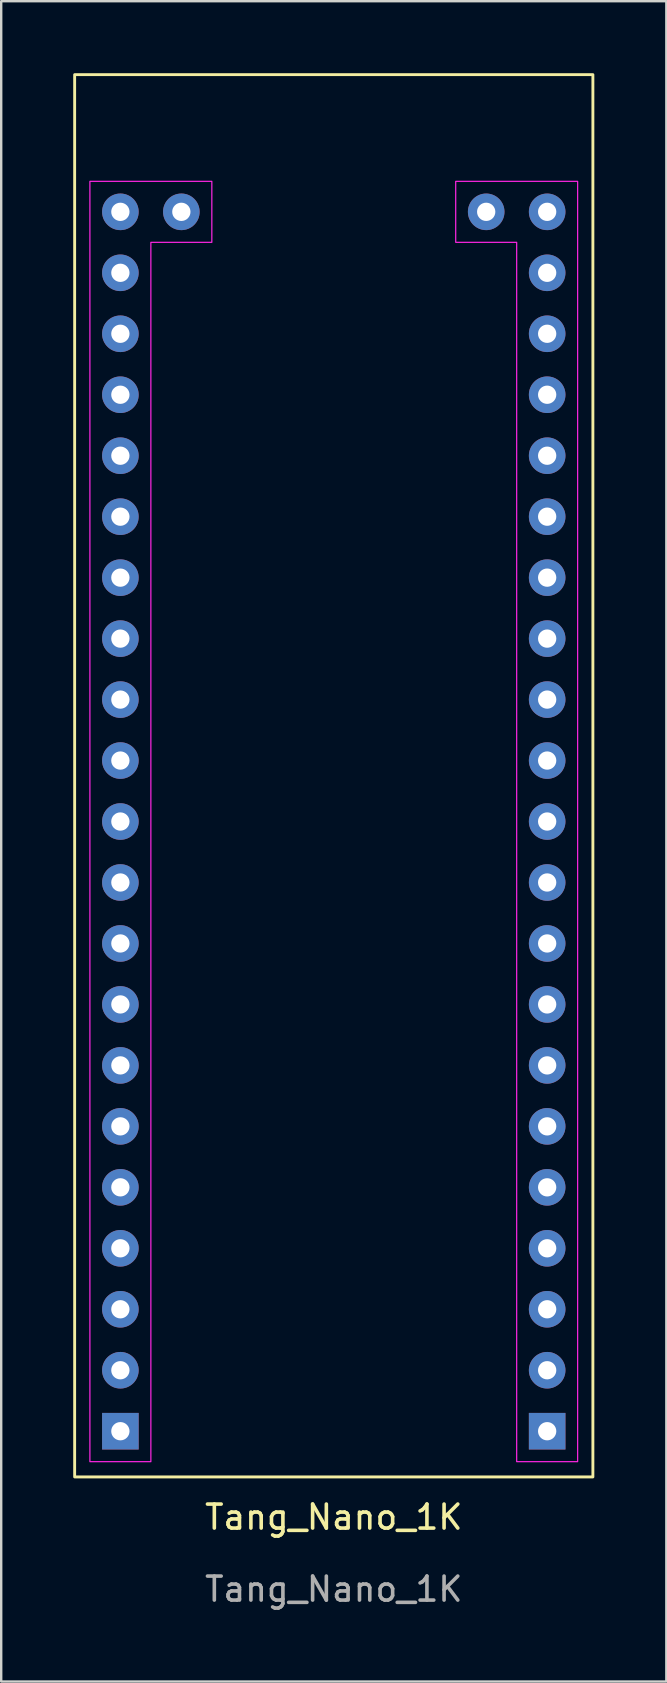
<source format=kicad_pcb>
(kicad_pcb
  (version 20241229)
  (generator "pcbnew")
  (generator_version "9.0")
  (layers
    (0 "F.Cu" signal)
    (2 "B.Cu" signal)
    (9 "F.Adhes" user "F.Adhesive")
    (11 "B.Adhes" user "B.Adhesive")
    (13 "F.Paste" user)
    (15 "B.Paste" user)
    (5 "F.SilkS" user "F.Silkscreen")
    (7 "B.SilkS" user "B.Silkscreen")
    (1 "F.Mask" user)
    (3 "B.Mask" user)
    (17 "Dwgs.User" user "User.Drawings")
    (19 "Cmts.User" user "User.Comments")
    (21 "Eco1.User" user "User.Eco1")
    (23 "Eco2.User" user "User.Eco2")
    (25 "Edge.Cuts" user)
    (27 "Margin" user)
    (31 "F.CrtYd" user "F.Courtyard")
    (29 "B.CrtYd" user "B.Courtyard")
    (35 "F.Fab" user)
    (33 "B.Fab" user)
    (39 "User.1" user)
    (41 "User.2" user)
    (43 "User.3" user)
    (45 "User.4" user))
  (footprint "Tang_Nano_1K"
    (layer "F.Cu")
    (at 1.965 56.575)
    (property "Reference" "Tang_Nano_1K" (at 8.89 3.58 0) (unlocked yes) (layer "F.SilkS") (effects (font (size 1 1) (thickness 0.15))))
    (attr through_hole)
    (fp_rect (start -1.905 -56.515) (end 19.685 1.905) (stroke (width 0.12) (type default)) (fill no) (layer "F.SilkS"))
    (fp_poly (pts (xy -1.27 1.27) (xy -1.27 -52.07) (xy 3.81 -52.07) (xy 3.81 -49.53) (xy 1.27 -49.53) (xy 1.27 1.27)) (stroke (width 0.05) (type solid)) (fill no) (layer "F.CrtYd"))
    (fp_poly (pts (xy 16.51 1.27) (xy 19.05 1.27) (xy 19.05 -52.07) (xy 13.97 -52.07) (xy 13.97 -49.53) (xy 16.51 -49.53)) (stroke (width 0.05) (type solid)) (fill no) (layer "F.CrtYd"))
    (fp_text user "${REFERENCE}" (at 8.89 6.58 0) (unlocked yes) (layer "F.Fab") (effects (font (size 1 1) (thickness 0.15))))
    (pad "1" thru_hole rect (at 0 0) (size 1.524 1.524) (drill 0.762) (layers "*.Cu" "*.Mask"))
    (pad "2" thru_hole circle (at 0 -2.54) (size 1.524 1.524) (drill 0.762) (layers "*.Cu" "*.Mask"))
    (pad "3" thru_hole circle (at 0 -5.08) (size 1.524 1.524) (drill 0.762) (layers "*.Cu" "*.Mask"))
    (pad "4" thru_hole circle (at 0 -7.62) (size 1.524 1.524) (drill 0.762) (layers "*.Cu" "*.Mask"))
    (pad "5" thru_hole circle (at 0 -10.16) (size 1.524 1.524) (drill 0.762) (layers "*.Cu" "*.Mask"))
    (pad "6" thru_hole circle (at 0 -12.7) (size 1.524 1.524) (drill 0.762) (layers "*.Cu" "*.Mask"))
    (pad "7" thru_hole circle (at 0 -15.24) (size 1.524 1.524) (drill 0.762) (layers "*.Cu" "*.Mask"))
    (pad "8" thru_hole circle (at 0 -17.78) (size 1.524 1.524) (drill 0.762) (layers "*.Cu" "*.Mask"))
    (pad "9" thru_hole circle (at 0 -20.32) (size 1.524 1.524) (drill 0.762) (layers "*.Cu" "*.Mask"))
    (pad "10" thru_hole circle (at 0 -22.86) (size 1.524 1.524) (drill 0.762) (layers "*.Cu" "*.Mask"))
    (pad "11" thru_hole circle (at 0 -25.4) (size 1.524 1.524) (drill 0.762) (layers "*.Cu" "*.Mask"))
    (pad "12" thru_hole circle (at 0 -27.94) (size 1.524 1.524) (drill 0.762) (layers "*.Cu" "*.Mask"))
    (pad "13" thru_hole circle (at 0 -30.48) (size 1.524 1.524) (drill 0.762) (layers "*.Cu" "*.Mask"))
    (pad "14" thru_hole circle (at 0 -33.02) (size 1.524 1.524) (drill 0.762) (layers "*.Cu" "*.Mask"))
    (pad "15" thru_hole circle (at 0 -35.56) (size 1.524 1.524) (drill 0.762) (layers "*.Cu" "*.Mask"))
    (pad "16" thru_hole circle (at 0 -38.1) (size 1.524 1.524) (drill 0.762) (layers "*.Cu" "*.Mask"))
    (pad "17" thru_hole circle (at 0 -40.64) (size 1.524 1.524) (drill 0.762) (layers "*.Cu" "*.Mask"))
    (pad "18" thru_hole circle (at 0 -43.18) (size 1.524 1.524) (drill 0.762) (layers "*.Cu" "*.Mask"))
    (pad "19" thru_hole circle (at 0 -45.72) (size 1.524 1.524) (drill 0.762) (layers "*.Cu" "*.Mask"))
    (pad "20" thru_hole circle (at 0 -48.26) (size 1.524 1.524) (drill 0.762) (layers "*.Cu" "*.Mask"))
    (pad "21" thru_hole circle (at 0 -50.8) (size 1.524 1.524) (drill 0.762) (layers "*.Cu" "*.Mask"))
    (pad "22" thru_hole circle (at 2.54 -50.8) (size 1.524 1.524) (drill 0.762) (layers "*.Cu" "*.Mask"))
    (pad "23" thru_hole circle (at 15.24 -50.8) (size 1.524 1.524) (drill 0.762) (layers "*.Cu" "*.Mask"))
    (pad "24" thru_hole circle (at 17.78 -50.8) (size 1.524 1.524) (drill 0.762) (layers "*.Cu" "*.Mask"))
    (pad "25" thru_hole circle (at 17.78 -48.26) (size 1.524 1.524) (drill 0.762) (layers "*.Cu" "*.Mask"))
    (pad "26" thru_hole circle (at 17.78 -45.72) (size 1.524 1.524) (drill 0.762) (layers "*.Cu" "*.Mask"))
    (pad "27" thru_hole circle (at 17.78 -43.18) (size 1.524 1.524) (drill 0.762) (layers "*.Cu" "*.Mask"))
    (pad "28" thru_hole circle (at 17.78 -40.64) (size 1.524 1.524) (drill 0.762) (layers "*.Cu" "*.Mask"))
    (pad "29" thru_hole circle (at 17.78 -38.1) (size 1.524 1.524) (drill 0.762) (layers "*.Cu" "*.Mask"))
    (pad "30" thru_hole circle (at 17.78 -35.56) (size 1.524 1.524) (drill 0.762) (layers "*.Cu" "*.Mask"))
    (pad "31" thru_hole circle (at 17.78 -33.02) (size 1.524 1.524) (drill 0.762) (layers "*.Cu" "*.Mask"))
    (pad "32" thru_hole circle (at 17.78 -30.48) (size 1.524 1.524) (drill 0.762) (layers "*.Cu" "*.Mask"))
    (pad "33" thru_hole circle (at 17.78 -27.94) (size 1.524 1.524) (drill 0.762) (layers "*.Cu" "*.Mask"))
    (pad "34" thru_hole circle (at 17.78 -25.4) (size 1.524 1.524) (drill 0.762) (layers "*.Cu" "*.Mask"))
    (pad "35" thru_hole circle (at 17.78 -22.86) (size 1.524 1.524) (drill 0.762) (layers "*.Cu" "*.Mask"))
    (pad "36" thru_hole circle (at 17.78 -20.32) (size 1.524 1.524) (drill 0.762) (layers "*.Cu" "*.Mask"))
    (pad "37" thru_hole circle (at 17.78 -17.78) (size 1.524 1.524) (drill 0.762) (layers "*.Cu" "*.Mask"))
    (pad "38" thru_hole circle (at 17.78 -15.24) (size 1.524 1.524) (drill 0.762) (layers "*.Cu" "*.Mask"))
    (pad "39" thru_hole circle (at 17.78 -12.7) (size 1.524 1.524) (drill 0.762) (layers "*.Cu" "*.Mask"))
    (pad "40" thru_hole circle (at 17.78 -10.16) (size 1.524 1.524) (drill 0.762) (layers "*.Cu" "*.Mask"))
    (pad "41" thru_hole circle (at 17.78 -7.62) (size 1.524 1.524) (drill 0.762) (layers "*.Cu" "*.Mask"))
    (pad "42" thru_hole circle (at 17.78 -5.08) (size 1.524 1.524) (drill 0.762) (layers "*.Cu" "*.Mask"))
    (pad "43" thru_hole circle (at 17.78 -2.54) (size 1.524 1.524) (drill 0.762) (layers "*.Cu" "*.Mask"))
    (pad "44" thru_hole rect (at 17.78 0) (size 1.524 1.524) (drill 0.762) (layers "*.Cu" "*.Mask")))
  (gr_rect
    (start -3 -3)
    (end 24.71 67.003)
    (stroke (width 0.1) (type default))
    (fill no)
    (layer "Edge.Cuts")))
</source>
